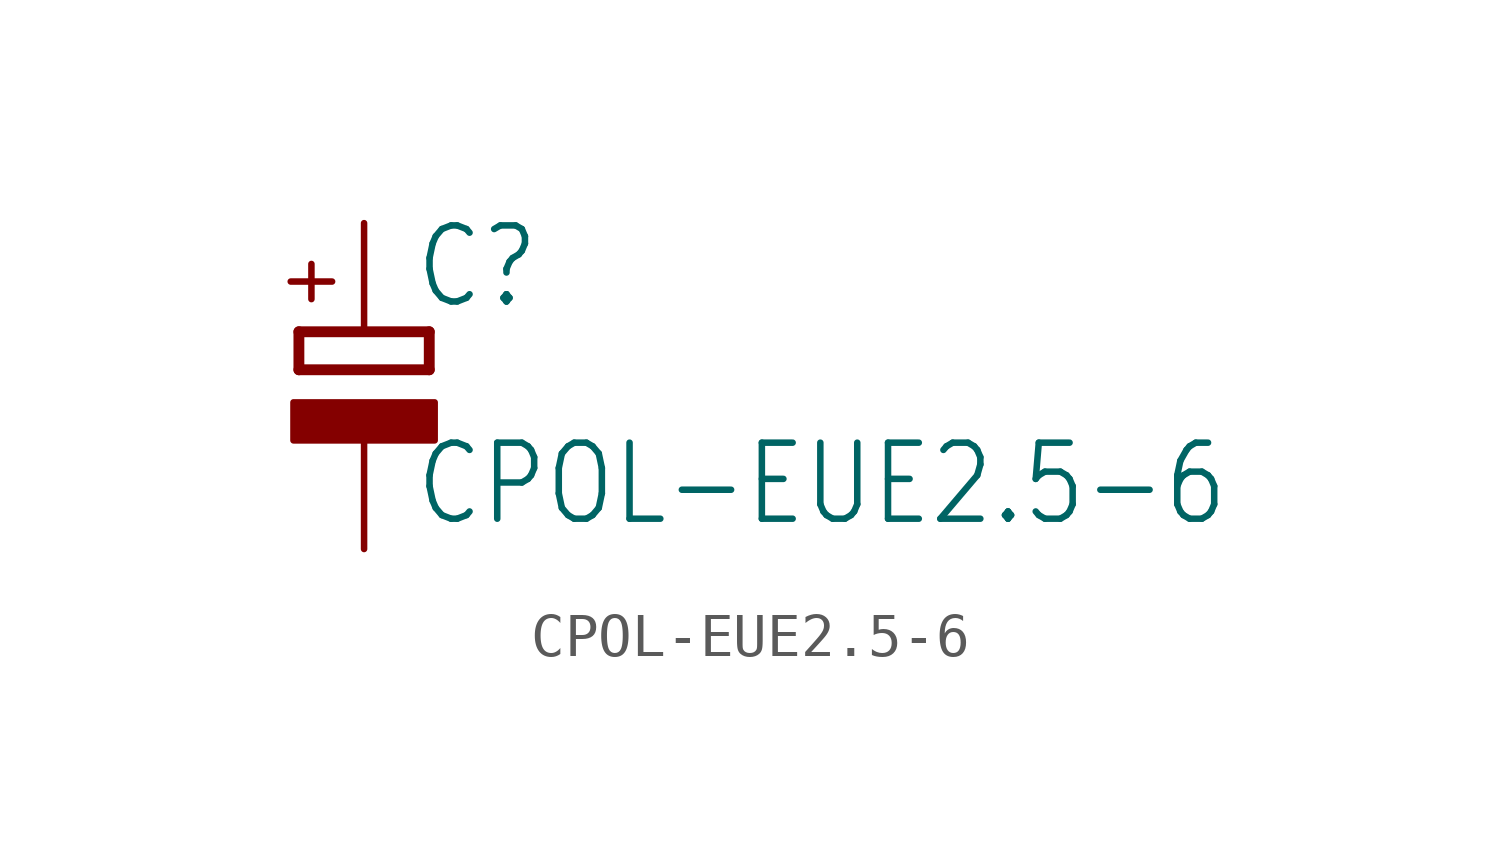
<source format=kicad_sym>
(kicad_symbol_lib
  (version 20220331)
  (generator kicad_symbol_editor)
  (symbol "CPOL-EUE2.5-6"
    (property "Reference" "C"
      (at 1.143 0.483 0)
      (effects (font (size 1.778 1.511)) (justify left bottom)))
    (property "Value" "CPOL-EUE2.5-6"
      (at 1.143 -4.597 0)
      (effects (font (size 1.778 1.511)) (justify left bottom)))
    (property "ki_locked" ""
      (at 0 0 0)
      (effects (font (size 1.27 1.27))))
    (symbol "CPOL-EUE2.5-6_1_0"
      (rectangle (start -1.651 -2.54) (end 1.651 -1.651) (stroke (width 0) (type default)) (fill (type outline)))
      (polyline (pts (xy -1.524 -0.889) (xy 1.524 -0.889)) (stroke (width 0.254) (type solid)) (fill (type none)))
      (polyline (pts (xy -1.524 0) (xy -1.524 -0.889)) (stroke (width 0.254) (type solid)) (fill (type none)))
      (polyline (pts (xy -1.524 0) (xy 1.524 0)) (stroke (width 0.254) (type solid)) (fill (type none)))
      (polyline (pts (xy 1.524 -0.889) (xy 1.524 0)) (stroke (width 0.254) (type solid)) (fill (type none)))
      (text "+" (at -0.584 0.406 900) (effects (font (size 1.27 1.079)) (justify left bottom)))
      (pin passive line (at 0 2.54 270) (length 2.54) (name "+" (effects (font (size 0 0)))) (number "+" (effects (font (size 0 0)))))
      (pin passive line (at 0 -5.08 90) (length 2.54) (name "-" (effects (font (size 0 0)))) (number "-" (effects (font (size 0 0))))))))
</source>
